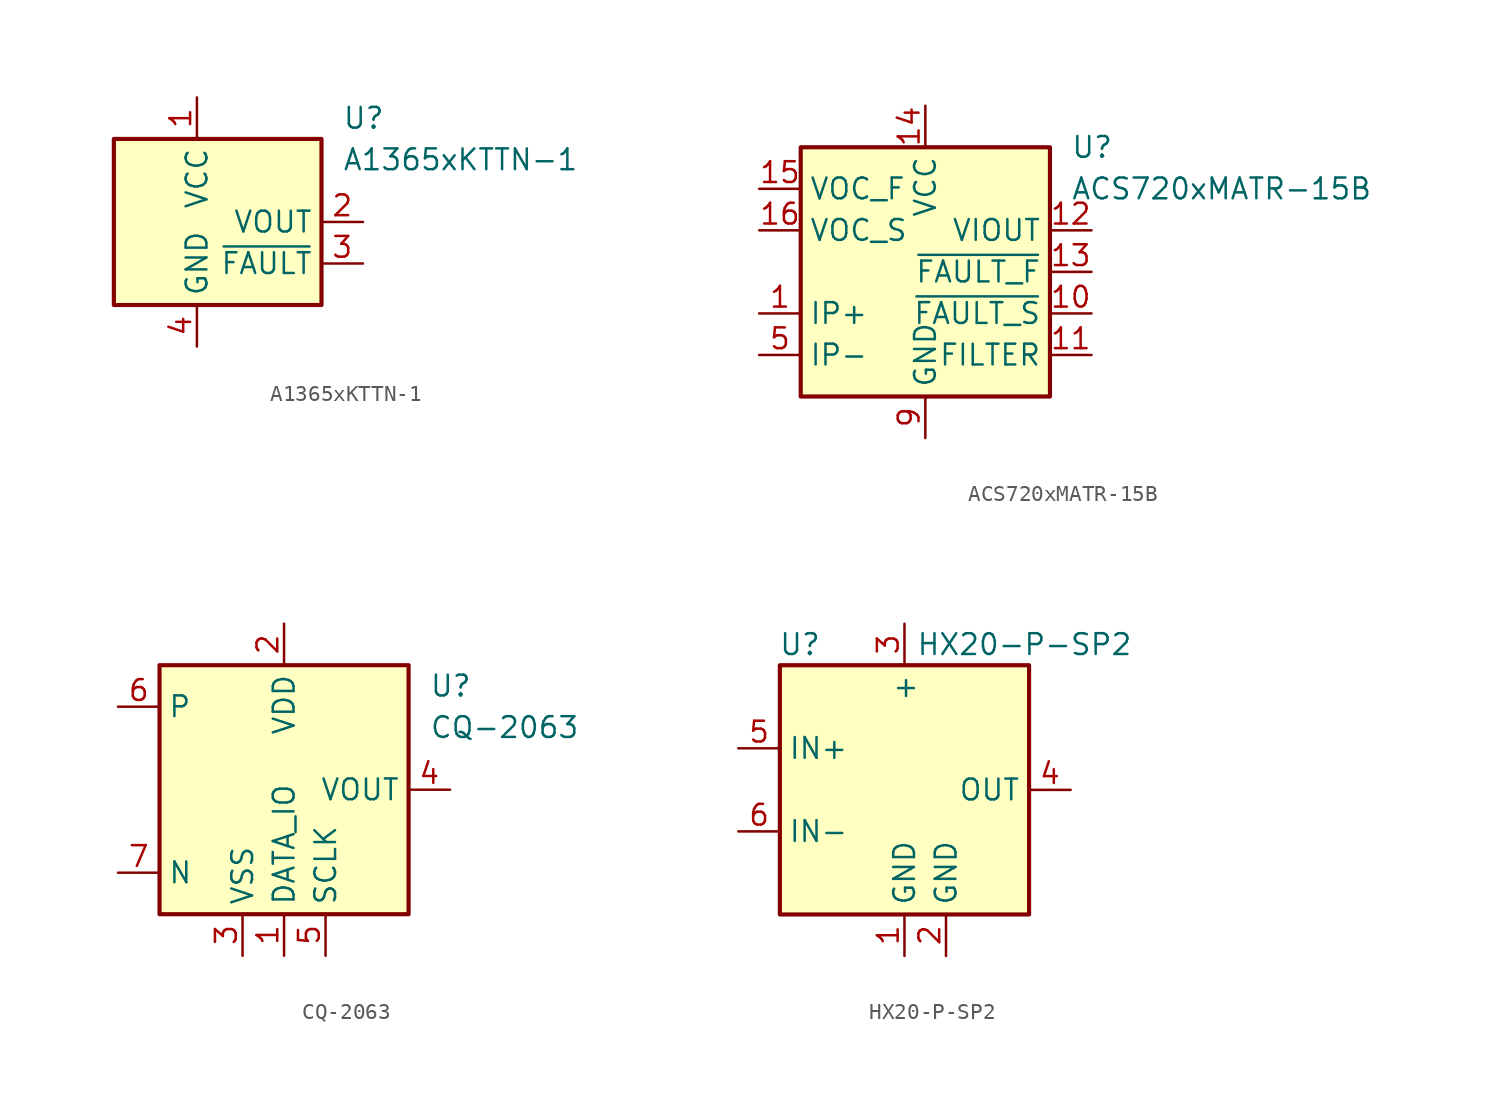
<source format=kicad_sym>
(kicad_symbol_lib
  (version 20211014)
  (generator kicad_symbol_editor)
  (symbol "A1365xKTTN-1"
    (property "Reference" "U"
      (at 8.89 6.35 0)
      (effects (font (size 1.27 1.27)) (justify left)))
    (property "Value" "A1365xKTTN-1"
      (at 8.89 3.81 0)
      (effects (font (size 1.27 1.27)) (justify left)))
    (symbol "A1365xKTTN-1_0_1"
      (rectangle (start -5.08 5.08) (end 7.62 -5.08) (stroke (width 0.254) (type default) (color 0 0 0 0)) (fill (type background))))
    (symbol "A1365xKTTN-1_1_1"
      (pin power_in line (at 0 7.62 270) (length 2.54) (name "VCC" (effects (font (size 1.27 1.27)))) (number "1" (effects (font (size 1.27 1.27)))))
      (pin output line (at 10.16 0 180) (length 2.54) (name "VOUT" (effects (font (size 1.27 1.27)))) (number "2" (effects (font (size 1.27 1.27)))))
      (pin output line (at 10.16 -2.54 180) (length 2.54) (name "~{FAULT}" (effects (font (size 1.27 1.27)))) (number "3" (effects (font (size 1.27 1.27)))))
      (pin power_in line (at 0 -7.62 90) (length 2.54) (name "GND" (effects (font (size 1.27 1.27)))) (number "4" (effects (font (size 1.27 1.27)))))))
  (symbol "ACS720xMATR-15B"
    (property "Reference" "U"
      (at 8.89 7.62 0)
      (effects (font (size 1.27 1.27)) (justify left)))
    (property "Value" "ACS720xMATR-15B"
      (at 8.89 5.08 0)
      (effects (font (size 1.27 1.27)) (justify left)))
    (symbol "ACS720xMATR-15B_0_1"
      (rectangle (start -7.62 7.62) (end 7.62 -7.62) (stroke (width 0.254) (type default) (color 0 0 0 0)) (fill (type background))))
    (symbol "ACS720xMATR-15B_1_1"
      (pin passive line (at -10.16 -2.54 0) (length 2.54) (name "IP+" (effects (font (size 1.27 1.27)))) (number "1" (effects (font (size 1.27 1.27)))))
      (pin open_collector line (at 10.16 -2.54 180) (length 2.54) (name "~{FAULT_S}" (effects (font (size 1.27 1.27)))) (number "10" (effects (font (size 1.27 1.27)))))
      (pin passive line (at 10.16 -5.08 180) (length 2.54) (name "FILTER" (effects (font (size 1.27 1.27)))) (number "11" (effects (font (size 1.27 1.27)))))
      (pin output line (at 10.16 2.54 180) (length 2.54) (name "VIOUT" (effects (font (size 1.27 1.27)))) (number "12" (effects (font (size 1.27 1.27)))))
      (pin open_collector line (at 10.16 0 180) (length 2.54) (name "~{FAULT_F}" (effects (font (size 1.27 1.27)))) (number "13" (effects (font (size 1.27 1.27)))))
      (pin power_in line (at 0 10.16 270) (length 2.54) (name "VCC" (effects (font (size 1.27 1.27)))) (number "14" (effects (font (size 1.27 1.27)))))
      (pin input line (at -10.16 5.08 0) (length 2.54) (name "VOC_F" (effects (font (size 1.27 1.27)))) (number "15" (effects (font (size 1.27 1.27)))))
      (pin input line (at -10.16 2.54 0) (length 2.54) (name "VOC_S" (effects (font (size 1.27 1.27)))) (number "16" (effects (font (size 1.27 1.27)))))
      (pin passive line (at -10.16 -2.54 0) (length 2.54) hide (name "IP+" (effects (font (size 1.27 1.27)))) (number "2" (effects (font (size 1.27 1.27)))))
      (pin passive line (at -10.16 -2.54 0) (length 2.54) hide (name "IP+" (effects (font (size 1.27 1.27)))) (number "3" (effects (font (size 1.27 1.27)))))
      (pin passive line (at -10.16 -2.54 0) (length 2.54) hide (name "IP+" (effects (font (size 1.27 1.27)))) (number "4" (effects (font (size 1.27 1.27)))))
      (pin passive line (at -10.16 -5.08 0) (length 2.54) (name "IP-" (effects (font (size 1.27 1.27)))) (number "5" (effects (font (size 1.27 1.27)))))
      (pin passive line (at -10.16 -5.08 0) (length 2.54) hide (name "IP-" (effects (font (size 1.27 1.27)))) (number "6" (effects (font (size 1.27 1.27)))))
      (pin passive line (at -10.16 -5.08 0) (length 2.54) hide (name "IP-" (effects (font (size 1.27 1.27)))) (number "7" (effects (font (size 1.27 1.27)))))
      (pin passive line (at -10.16 -5.08 0) (length 2.54) hide (name "IP-" (effects (font (size 1.27 1.27)))) (number "8" (effects (font (size 1.27 1.27)))))
      (pin power_in line (at 0 -10.16 90) (length 2.54) (name "GND" (effects (font (size 1.27 1.27)))) (number "9" (effects (font (size 1.27 1.27)))))))
  (symbol "CQ-2063"
    (property "Reference" "U"
      (at 8.89 6.35 0)
      (effects (font (size 1.27 1.27)) (justify left)))
    (property "Value" "CQ-2063"
      (at 8.89 3.81 0)
      (effects (font (size 1.27 1.27)) (justify left)))
    (symbol "CQ-2063_0_1"
      (rectangle (start -7.62 7.62) (end 7.62 -7.62) (stroke (width 0.254) (type default) (color 0 0 0 0)) (fill (type background))))
    (symbol "CQ-2063_1_1"
      (pin power_in line (at 0 -10.16 90) (length 2.54) (name "DATA_IO" (effects (font (size 1.27 1.27)))) (number "1" (effects (font (size 1.27 1.27)))))
      (pin power_in line (at 0 10.16 270) (length 2.54) (name "VDD" (effects (font (size 1.27 1.27)))) (number "2" (effects (font (size 1.27 1.27)))))
      (pin power_in line (at -2.54 -10.16 90) (length 2.54) (name "VSS" (effects (font (size 1.27 1.27)))) (number "3" (effects (font (size 1.27 1.27)))))
      (pin output line (at 10.16 0 180) (length 2.54) (name "VOUT" (effects (font (size 1.27 1.27)))) (number "4" (effects (font (size 1.27 1.27)))))
      (pin power_in line (at 2.54 -10.16 90) (length 2.54) (name "SCLK" (effects (font (size 1.27 1.27)))) (number "5" (effects (font (size 1.27 1.27)))))
      (pin passive line (at -10.16 5.08 0) (length 2.54) (name "P" (effects (font (size 1.27 1.27)))) (number "6" (effects (font (size 1.27 1.27)))))
      (pin passive line (at -10.16 -5.08 0) (length 2.54) (name "N" (effects (font (size 1.27 1.27)))) (number "7" (effects (font (size 1.27 1.27)))))))
  (symbol "HX20-P-SP2"
    (property "Reference" "U"
      (at -5.08 8.89 0)
      (effects (font (size 1.27 1.27)) (justify right)))
    (property "Value" "HX20-P-SP2"
      (at 13.97 8.89 0)
      (effects (font (size 1.27 1.27)) (justify right)))
    (symbol "HX20-P-SP2_0_1"
      (rectangle (start -7.62 7.62) (end 7.62 -7.62) (stroke (width 0.254) (type default) (color 0 0 0 0)) (fill (type background))))
    (symbol "HX20-P-SP2_1_1"
      (pin power_in line (at 0 -10.16 90) (length 2.54) (name "GND" (effects (font (size 1.27 1.27)))) (number "1" (effects (font (size 1.27 1.27)))))
      (pin power_in line (at 2.54 -10.16 90) (length 2.54) (name "GND" (effects (font (size 1.27 1.27)))) (number "2" (effects (font (size 1.27 1.27)))))
      (pin power_in line (at 0 10.16 270) (length 2.54) (name "+" (effects (font (size 1.27 1.27)))) (number "3" (effects (font (size 1.27 1.27)))))
      (pin output line (at 10.16 0 180) (length 2.54) (name "OUT" (effects (font (size 1.27 1.27)))) (number "4" (effects (font (size 1.27 1.27)))))
      (pin passive line (at -10.16 2.54 0) (length 2.54) (name "IN+" (effects (font (size 1.27 1.27)))) (number "5" (effects (font (size 1.27 1.27)))))
      (pin passive line (at -10.16 -2.54 0) (length 2.54) (name "IN-" (effects (font (size 1.27 1.27)))) (number "6" (effects (font (size 1.27 1.27))))))))
</source>
